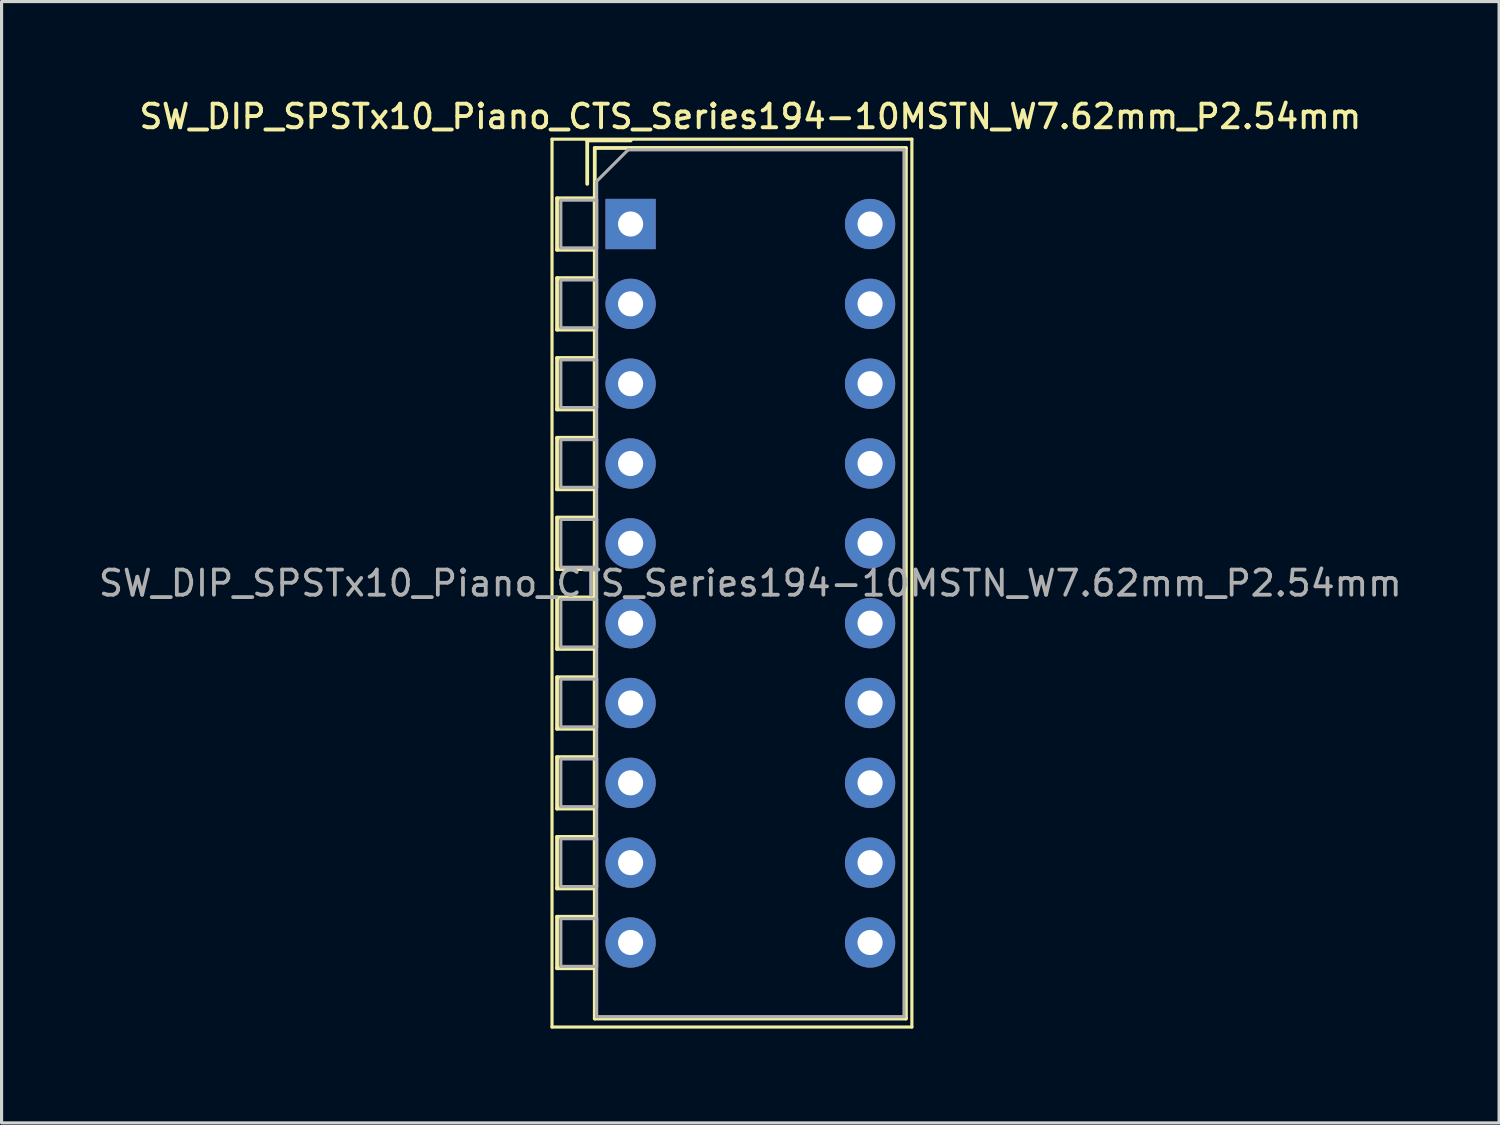
<source format=kicad_pcb>
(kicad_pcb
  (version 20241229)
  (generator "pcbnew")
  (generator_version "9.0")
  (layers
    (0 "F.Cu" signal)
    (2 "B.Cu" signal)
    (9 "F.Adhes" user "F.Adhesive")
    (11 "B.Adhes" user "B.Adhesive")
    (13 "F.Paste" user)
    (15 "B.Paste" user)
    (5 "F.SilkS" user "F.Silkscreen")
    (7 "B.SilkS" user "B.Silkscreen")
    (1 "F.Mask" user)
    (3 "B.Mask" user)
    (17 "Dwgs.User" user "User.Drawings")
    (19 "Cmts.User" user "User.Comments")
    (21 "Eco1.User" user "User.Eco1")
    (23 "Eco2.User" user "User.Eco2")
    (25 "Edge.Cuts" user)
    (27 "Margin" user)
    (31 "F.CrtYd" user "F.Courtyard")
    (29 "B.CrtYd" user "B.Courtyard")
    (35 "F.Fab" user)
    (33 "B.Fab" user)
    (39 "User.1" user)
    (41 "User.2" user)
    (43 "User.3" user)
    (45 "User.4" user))
  (footprint "SW_DIP_SPSTx10_Piano_CTS_Series194-10MSTN_W7.62mm_P2.54mm"
    (layer "F.Cu")
    (at 17.014 4.078)
    (property "Reference" "SW_DIP_SPSTx10_Piano_CTS_Series194-10MSTN_W7.62mm_P2.54mm" (at 3.81 -3.42 0) (layer "F.SilkS") (effects (font (size 0.75 0.75) (thickness 0.125))))
    (attr through_hole)
    (fp_line (start -2.5 -2.7) (end -2.5 25.55) (stroke (width 0.1) (type solid)) (layer "F.SilkS"))
    (fp_line (start -2.5 25.55) (end 8.95 25.55) (stroke (width 0.1) (type solid)) (layer "F.SilkS"))
    (fp_line (start -2.34 -0.82) (end -2.34 0.82) (stroke (width 0.12) (type solid)) (layer "F.SilkS"))
    (fp_line (start -2.34 -0.82) (end -1.14 -0.82) (stroke (width 0.12) (type solid)) (layer "F.SilkS"))
    (fp_line (start -2.34 0.82) (end -1.14 0.82) (stroke (width 0.12) (type solid)) (layer "F.SilkS"))
    (fp_line (start -2.34 1.72) (end -2.34 3.361) (stroke (width 0.12) (type solid)) (layer "F.SilkS"))
    (fp_line (start -2.34 1.72) (end -1.14 1.72) (stroke (width 0.12) (type solid)) (layer "F.SilkS"))
    (fp_line (start -2.34 3.361) (end -1.14 3.361) (stroke (width 0.12) (type solid)) (layer "F.SilkS"))
    (fp_line (start -2.34 4.261) (end -2.34 5.9) (stroke (width 0.12) (type solid)) (layer "F.SilkS"))
    (fp_line (start -2.34 4.261) (end -1.14 4.261) (stroke (width 0.12) (type solid)) (layer "F.SilkS"))
    (fp_line (start -2.34 5.9) (end -1.14 5.9) (stroke (width 0.12) (type solid)) (layer "F.SilkS"))
    (fp_line (start -2.34 6.801) (end -2.34 8.441) (stroke (width 0.12) (type solid)) (layer "F.SilkS"))
    (fp_line (start -2.34 6.801) (end -1.14 6.801) (stroke (width 0.12) (type solid)) (layer "F.SilkS"))
    (fp_line (start -2.34 8.441) (end -1.14 8.441) (stroke (width 0.12) (type solid)) (layer "F.SilkS"))
    (fp_line (start -2.34 9.34) (end -2.34 10.98) (stroke (width 0.12) (type solid)) (layer "F.SilkS"))
    (fp_line (start -2.34 9.34) (end -1.14 9.34) (stroke (width 0.12) (type solid)) (layer "F.SilkS"))
    (fp_line (start -2.34 10.98) (end -1.14 10.98) (stroke (width 0.12) (type solid)) (layer "F.SilkS"))
    (fp_line (start -2.34 11.88) (end -2.34 13.52) (stroke (width 0.12) (type solid)) (layer "F.SilkS"))
    (fp_line (start -2.34 11.88) (end -1.14 11.88) (stroke (width 0.12) (type solid)) (layer "F.SilkS"))
    (fp_line (start -2.34 13.52) (end -1.14 13.52) (stroke (width 0.12) (type solid)) (layer "F.SilkS"))
    (fp_line (start -2.34 14.42) (end -2.34 16.06) (stroke (width 0.12) (type solid)) (layer "F.SilkS"))
    (fp_line (start -2.34 14.42) (end -1.14 14.42) (stroke (width 0.12) (type solid)) (layer "F.SilkS"))
    (fp_line (start -2.34 16.06) (end -1.14 16.06) (stroke (width 0.12) (type solid)) (layer "F.SilkS"))
    (fp_line (start -2.34 16.96) (end -2.34 18.6) (stroke (width 0.12) (type solid)) (layer "F.SilkS"))
    (fp_line (start -2.34 16.96) (end -1.14 16.96) (stroke (width 0.12) (type solid)) (layer "F.SilkS"))
    (fp_line (start -2.34 18.6) (end -1.14 18.6) (stroke (width 0.12) (type solid)) (layer "F.SilkS"))
    (fp_line (start -2.34 19.5) (end -2.34 21.14) (stroke (width 0.12) (type solid)) (layer "F.SilkS"))
    (fp_line (start -2.34 19.5) (end -1.14 19.5) (stroke (width 0.12) (type solid)) (layer "F.SilkS"))
    (fp_line (start -2.34 21.14) (end -1.14 21.14) (stroke (width 0.12) (type solid)) (layer "F.SilkS"))
    (fp_line (start -2.34 22.04) (end -2.34 23.68) (stroke (width 0.12) (type solid)) (layer "F.SilkS"))
    (fp_line (start -2.34 22.04) (end -1.14 22.04) (stroke (width 0.12) (type solid)) (layer "F.SilkS"))
    (fp_line (start -2.34 23.68) (end -1.14 23.68) (stroke (width 0.12) (type solid)) (layer "F.SilkS"))
    (fp_line (start -1.38 -2.66) (end -1.38 -1.277) (stroke (width 0.12) (type solid)) (layer "F.SilkS"))
    (fp_line (start -1.38 -2.66) (end 0.004 -2.66) (stroke (width 0.12) (type solid)) (layer "F.SilkS"))
    (fp_line (start -1.14 -2.42) (end -1.14 25.28) (stroke (width 0.12) (type solid)) (layer "F.SilkS"))
    (fp_line (start -1.14 -2.42) (end 8.76 -2.42) (stroke (width 0.12) (type solid)) (layer "F.SilkS"))
    (fp_line (start -1.14 -0.82) (end -1.14 0.82) (stroke (width 0.12) (type solid)) (layer "F.SilkS"))
    (fp_line (start -1.14 1.72) (end -1.14 3.361) (stroke (width 0.12) (type solid)) (layer "F.SilkS"))
    (fp_line (start -1.14 4.261) (end -1.14 5.9) (stroke (width 0.12) (type solid)) (layer "F.SilkS"))
    (fp_line (start -1.14 6.801) (end -1.14 8.441) (stroke (width 0.12) (type solid)) (layer "F.SilkS"))
    (fp_line (start -1.14 9.34) (end -1.14 10.98) (stroke (width 0.12) (type solid)) (layer "F.SilkS"))
    (fp_line (start -1.14 11.88) (end -1.14 13.52) (stroke (width 0.12) (type solid)) (layer "F.SilkS"))
    (fp_line (start -1.14 14.42) (end -1.14 16.06) (stroke (width 0.12) (type solid)) (layer "F.SilkS"))
    (fp_line (start -1.14 16.96) (end -1.14 18.6) (stroke (width 0.12) (type solid)) (layer "F.SilkS"))
    (fp_line (start -1.14 19.5) (end -1.14 21.14) (stroke (width 0.12) (type solid)) (layer "F.SilkS"))
    (fp_line (start -1.14 22.04) (end -1.14 23.68) (stroke (width 0.12) (type solid)) (layer "F.SilkS"))
    (fp_line (start -1.14 25.28) (end 8.76 25.28) (stroke (width 0.12) (type solid)) (layer "F.SilkS"))
    (fp_line (start 8.76 -2.42) (end 8.76 25.28) (stroke (width 0.12) (type solid)) (layer "F.SilkS"))
    (fp_line (start 8.95 -2.7) (end -2.5 -2.7) (stroke (width 0.1) (type solid)) (layer "F.SilkS"))
    (fp_line (start 8.95 25.55) (end 8.95 -2.7) (stroke (width 0.1) (type solid)) (layer "F.SilkS"))
    (fp_line (start -2.22 -0.76) (end -1.08 -0.76) (stroke (width 0.1) (type solid)) (layer "F.Fab"))
    (fp_line (start -2.22 0.76) (end -2.22 -0.76) (stroke (width 0.1) (type solid)) (layer "F.Fab"))
    (fp_line (start -2.22 1.78) (end -1.08 1.78) (stroke (width 0.1) (type solid)) (layer "F.Fab"))
    (fp_line (start -2.22 3.3) (end -2.22 1.78) (stroke (width 0.1) (type solid)) (layer "F.Fab"))
    (fp_line (start -2.22 4.32) (end -1.08 4.32) (stroke (width 0.1) (type solid)) (layer "F.Fab"))
    (fp_line (start -2.22 5.84) (end -2.22 4.32) (stroke (width 0.1) (type solid)) (layer "F.Fab"))
    (fp_line (start -2.22 6.86) (end -1.08 6.86) (stroke (width 0.1) (type solid)) (layer "F.Fab"))
    (fp_line (start -2.22 8.38) (end -2.22 6.86) (stroke (width 0.1) (type solid)) (layer "F.Fab"))
    (fp_line (start -2.22 9.4) (end -1.08 9.4) (stroke (width 0.1) (type solid)) (layer "F.Fab"))
    (fp_line (start -2.22 10.92) (end -2.22 9.4) (stroke (width 0.1) (type solid)) (layer "F.Fab"))
    (fp_line (start -2.22 11.94) (end -1.08 11.94) (stroke (width 0.1) (type solid)) (layer "F.Fab"))
    (fp_line (start -2.22 13.46) (end -2.22 11.94) (stroke (width 0.1) (type solid)) (layer "F.Fab"))
    (fp_line (start -2.22 14.48) (end -1.08 14.48) (stroke (width 0.1) (type solid)) (layer "F.Fab"))
    (fp_line (start -2.22 16) (end -2.22 14.48) (stroke (width 0.1) (type solid)) (layer "F.Fab"))
    (fp_line (start -2.22 17.02) (end -1.08 17.02) (stroke (width 0.1) (type solid)) (layer "F.Fab"))
    (fp_line (start -2.22 18.54) (end -2.22 17.02) (stroke (width 0.1) (type solid)) (layer "F.Fab"))
    (fp_line (start -2.22 19.56) (end -1.08 19.56) (stroke (width 0.1) (type solid)) (layer "F.Fab"))
    (fp_line (start -2.22 21.08) (end -2.22 19.56) (stroke (width 0.1) (type solid)) (layer "F.Fab"))
    (fp_line (start -2.22 22.1) (end -1.08 22.1) (stroke (width 0.1) (type solid)) (layer "F.Fab"))
    (fp_line (start -2.22 23.62) (end -2.22 22.1) (stroke (width 0.1) (type solid)) (layer "F.Fab"))
    (fp_line (start -1.08 -1.36) (end -0.08 -2.36) (stroke (width 0.1) (type solid)) (layer "F.Fab"))
    (fp_line (start -1.08 -0.76) (end -1.08 0.76) (stroke (width 0.1) (type solid)) (layer "F.Fab"))
    (fp_line (start -1.08 0.76) (end -2.22 0.76) (stroke (width 0.1) (type solid)) (layer "F.Fab"))
    (fp_line (start -1.08 1.78) (end -1.08 3.3) (stroke (width 0.1) (type solid)) (layer "F.Fab"))
    (fp_line (start -1.08 3.3) (end -2.22 3.3) (stroke (width 0.1) (type solid)) (layer "F.Fab"))
    (fp_line (start -1.08 4.32) (end -1.08 5.84) (stroke (width 0.1) (type solid)) (layer "F.Fab"))
    (fp_line (start -1.08 5.84) (end -2.22 5.84) (stroke (width 0.1) (type solid)) (layer "F.Fab"))
    (fp_line (start -1.08 6.86) (end -1.08 8.38) (stroke (width 0.1) (type solid)) (layer "F.Fab"))
    (fp_line (start -1.08 8.38) (end -2.22 8.38) (stroke (width 0.1) (type solid)) (layer "F.Fab"))
    (fp_line (start -1.08 9.4) (end -1.08 10.92) (stroke (width 0.1) (type solid)) (layer "F.Fab"))
    (fp_line (start -1.08 10.92) (end -2.22 10.92) (stroke (width 0.1) (type solid)) (layer "F.Fab"))
    (fp_line (start -1.08 11.94) (end -1.08 13.46) (stroke (width 0.1) (type solid)) (layer "F.Fab"))
    (fp_line (start -1.08 13.46) (end -2.22 13.46) (stroke (width 0.1) (type solid)) (layer "F.Fab"))
    (fp_line (start -1.08 14.48) (end -1.08 16) (stroke (width 0.1) (type solid)) (layer "F.Fab"))
    (fp_line (start -1.08 16) (end -2.22 16) (stroke (width 0.1) (type solid)) (layer "F.Fab"))
    (fp_line (start -1.08 17.02) (end -1.08 18.54) (stroke (width 0.1) (type solid)) (layer "F.Fab"))
    (fp_line (start -1.08 18.54) (end -2.22 18.54) (stroke (width 0.1) (type solid)) (layer "F.Fab"))
    (fp_line (start -1.08 19.56) (end -1.08 21.08) (stroke (width 0.1) (type solid)) (layer "F.Fab"))
    (fp_line (start -1.08 21.08) (end -2.22 21.08) (stroke (width 0.1) (type solid)) (layer "F.Fab"))
    (fp_line (start -1.08 22.1) (end -1.08 23.62) (stroke (width 0.1) (type solid)) (layer "F.Fab"))
    (fp_line (start -1.08 23.62) (end -2.22 23.62) (stroke (width 0.1) (type solid)) (layer "F.Fab"))
    (fp_line (start -1.08 25.22) (end -1.08 -1.36) (stroke (width 0.1) (type solid)) (layer "F.Fab"))
    (fp_line (start -0.08 -2.36) (end 8.7 -2.36) (stroke (width 0.1) (type solid)) (layer "F.Fab"))
    (fp_line (start 8.7 -2.36) (end 8.7 25.22) (stroke (width 0.1) (type solid)) (layer "F.Fab"))
    (fp_line (start 8.7 25.22) (end -1.08 25.22) (stroke (width 0.1) (type solid)) (layer "F.Fab"))
    (fp_text user "${REFERENCE}" (at 3.81 11.43 0) (layer "F.Fab") (effects (font (size 0.8 0.8) (thickness 0.12))))
    (pad "1" thru_hole rect (at 0 0) (size 1.6 1.6) (drill 0.8) (layers "*.Cu" "*.Mask"))
    (pad "2" thru_hole oval (at 0 2.54) (size 1.6 1.6) (drill 0.8) (layers "*.Cu" "*.Mask"))
    (pad "3" thru_hole oval (at 0 5.08) (size 1.6 1.6) (drill 0.8) (layers "*.Cu" "*.Mask"))
    (pad "4" thru_hole oval (at 0 7.62) (size 1.6 1.6) (drill 0.8) (layers "*.Cu" "*.Mask"))
    (pad "5" thru_hole oval (at 0 10.16) (size 1.6 1.6) (drill 0.8) (layers "*.Cu" "*.Mask"))
    (pad "6" thru_hole oval (at 0 12.7) (size 1.6 1.6) (drill 0.8) (layers "*.Cu" "*.Mask"))
    (pad "7" thru_hole oval (at 0 15.24) (size 1.6 1.6) (drill 0.8) (layers "*.Cu" "*.Mask"))
    (pad "8" thru_hole oval (at 0 17.78) (size 1.6 1.6) (drill 0.8) (layers "*.Cu" "*.Mask"))
    (pad "9" thru_hole oval (at 0 20.32) (size 1.6 1.6) (drill 0.8) (layers "*.Cu" "*.Mask"))
    (pad "10" thru_hole oval (at 0 22.86) (size 1.6 1.6) (drill 0.8) (layers "*.Cu" "*.Mask"))
    (pad "11" thru_hole oval (at 7.62 22.86) (size 1.6 1.6) (drill 0.8) (layers "*.Cu" "*.Mask"))
    (pad "12" thru_hole oval (at 7.62 20.32) (size 1.6 1.6) (drill 0.8) (layers "*.Cu" "*.Mask"))
    (pad "13" thru_hole oval (at 7.62 17.78) (size 1.6 1.6) (drill 0.8) (layers "*.Cu" "*.Mask"))
    (pad "14" thru_hole oval (at 7.62 15.24) (size 1.6 1.6) (drill 0.8) (layers "*.Cu" "*.Mask"))
    (pad "15" thru_hole oval (at 7.62 12.7) (size 1.6 1.6) (drill 0.8) (layers "*.Cu" "*.Mask"))
    (pad "16" thru_hole oval (at 7.62 10.16) (size 1.6 1.6) (drill 0.8) (layers "*.Cu" "*.Mask"))
    (pad "17" thru_hole oval (at 7.62 7.62) (size 1.6 1.6) (drill 0.8) (layers "*.Cu" "*.Mask"))
    (pad "18" thru_hole oval (at 7.62 5.08) (size 1.6 1.6) (drill 0.8) (layers "*.Cu" "*.Mask"))
    (pad "19" thru_hole oval (at 7.62 2.54) (size 1.6 1.6) (drill 0.8) (layers "*.Cu" "*.Mask"))
    (pad "20" thru_hole oval (at 7.62 0) (size 1.6 1.6) (drill 0.8) (layers "*.Cu" "*.Mask")))
  (gr_rect
    (start -3 -3)
    (end 44.648 32.678)
    (stroke (width 0.1) (type default))
    (fill no)
    (layer "Edge.Cuts")))
</source>
